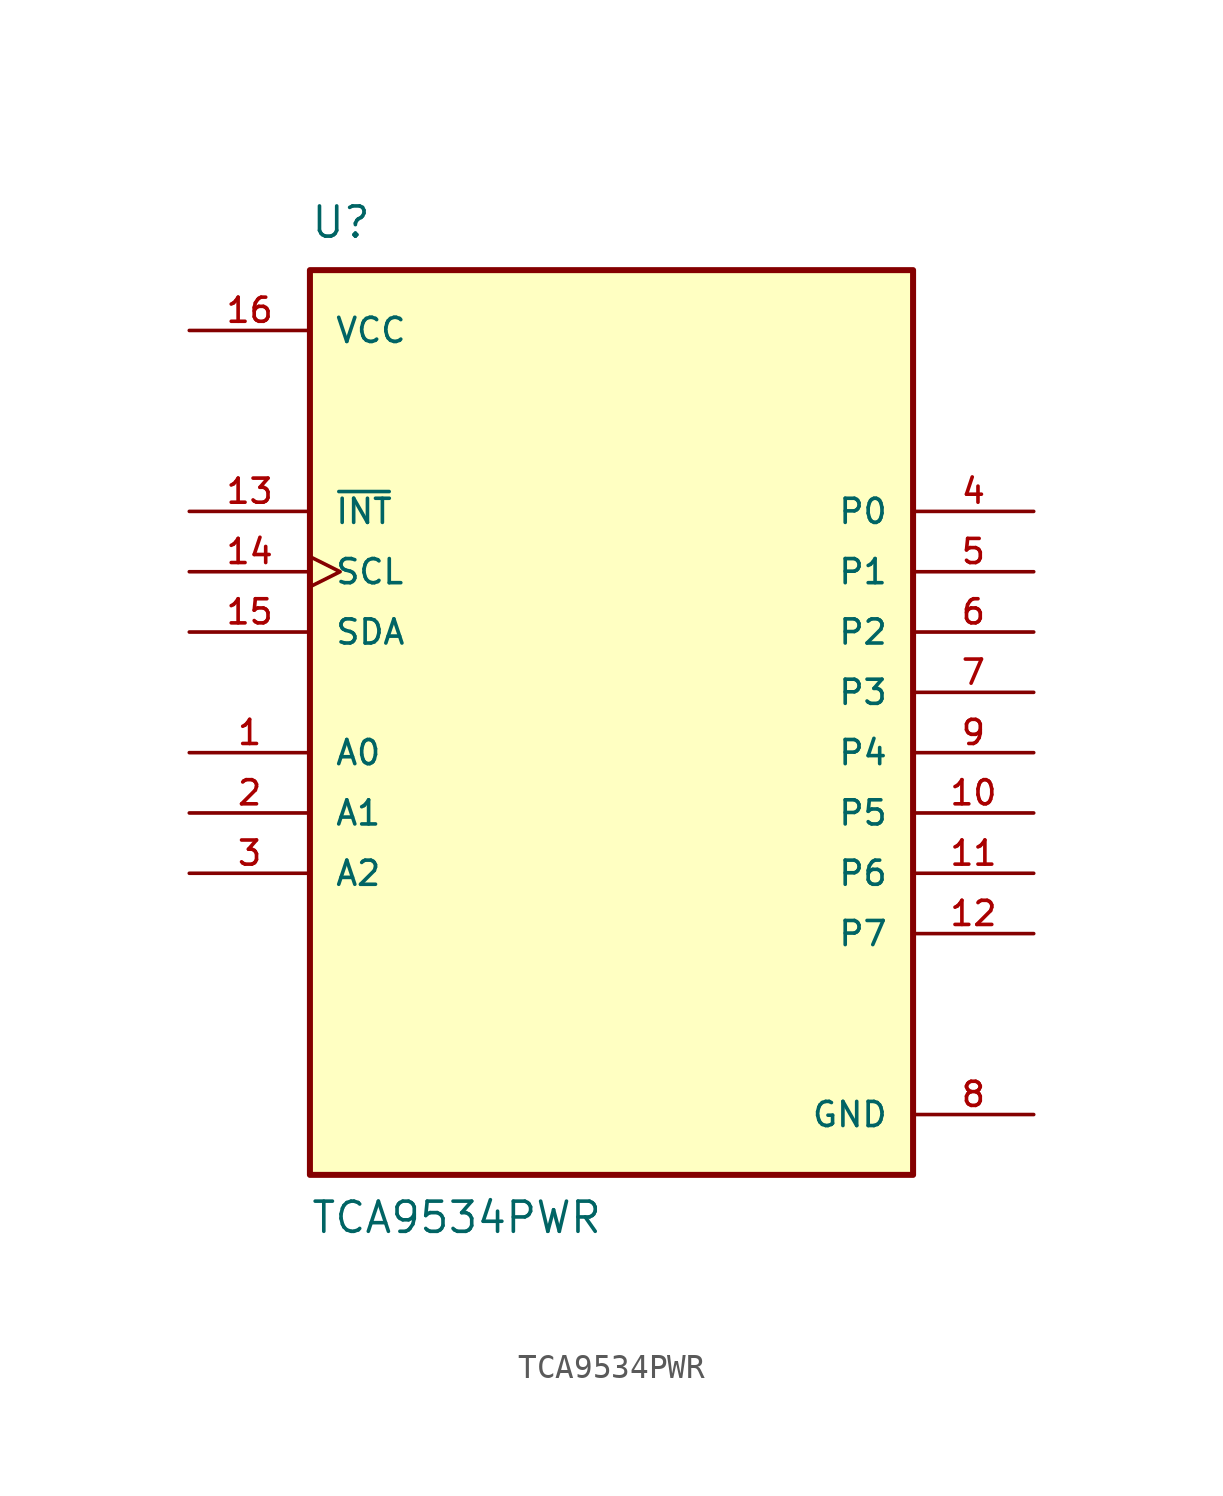
<source format=kicad_sym>
(kicad_symbol_lib
  (version 20231120)
  (generator "kicad_symbol_editor")
  (generator_version "8.0")
  (symbol "TCA9534PWR"
    (pin_names
      (offset 1.016))
    (property "Reference" "U"
      (at -12.7 19.05 0)
      (effects (font (size 1.27 1.27)) (justify left bottom)))
    (property "Value" "TCA9534PWR"
      (at -12.7 -22.86 0)
      (effects (font (size 1.27 1.27)) (justify left bottom)))
    (symbol "TCA9534PWR_0_0"
      (rectangle (start -12.7 -20.32) (end 12.7 17.78) (stroke (width 0.254) (type default)) (fill (type background)))
      (pin input line (at -17.78 -2.54 0) (length 5.08) (name "A0" (effects (font (size 1.016 1.016)))) (number "1" (effects (font (size 1.016 1.016)))))
      (pin bidirectional line (at 17.78 -5.08 180) (length 5.08) (name "P5" (effects (font (size 1.016 1.016)))) (number "10" (effects (font (size 1.016 1.016)))))
      (pin bidirectional line (at 17.78 -7.62 180) (length 5.08) (name "P6" (effects (font (size 1.016 1.016)))) (number "11" (effects (font (size 1.016 1.016)))))
      (pin bidirectional line (at 17.78 -10.16 180) (length 5.08) (name "P7" (effects (font (size 1.016 1.016)))) (number "12" (effects (font (size 1.016 1.016)))))
      (pin output line (at -17.78 7.62 0) (length 5.08) (name "~{INT}" (effects (font (size 1.016 1.016)))) (number "13" (effects (font (size 1.016 1.016)))))
      (pin bidirectional clock (at -17.78 5.08 0) (length 5.08) (name "SCL" (effects (font (size 1.016 1.016)))) (number "14" (effects (font (size 1.016 1.016)))))
      (pin bidirectional line (at -17.78 2.54 0) (length 5.08) (name "SDA" (effects (font (size 1.016 1.016)))) (number "15" (effects (font (size 1.016 1.016)))))
      (pin power_in line (at -17.78 15.24 0) (length 5.08) (name "VCC" (effects (font (size 1.016 1.016)))) (number "16" (effects (font (size 1.016 1.016)))))
      (pin input line (at -17.78 -5.08 0) (length 5.08) (name "A1" (effects (font (size 1.016 1.016)))) (number "2" (effects (font (size 1.016 1.016)))))
      (pin input line (at -17.78 -7.62 0) (length 5.08) (name "A2" (effects (font (size 1.016 1.016)))) (number "3" (effects (font (size 1.016 1.016)))))
      (pin bidirectional line (at 17.78 7.62 180) (length 5.08) (name "P0" (effects (font (size 1.016 1.016)))) (number "4" (effects (font (size 1.016 1.016)))))
      (pin bidirectional line (at 17.78 5.08 180) (length 5.08) (name "P1" (effects (font (size 1.016 1.016)))) (number "5" (effects (font (size 1.016 1.016)))))
      (pin bidirectional line (at 17.78 2.54 180) (length 5.08) (name "P2" (effects (font (size 1.016 1.016)))) (number "6" (effects (font (size 1.016 1.016)))))
      (pin bidirectional line (at 17.78 0 180) (length 5.08) (name "P3" (effects (font (size 1.016 1.016)))) (number "7" (effects (font (size 1.016 1.016)))))
      (pin power_in line (at 17.78 -17.78 180) (length 5.08) (name "GND" (effects (font (size 1.016 1.016)))) (number "8" (effects (font (size 1.016 1.016)))))
      (pin bidirectional line (at 17.78 -2.54 180) (length 5.08) (name "P4" (effects (font (size 1.016 1.016)))) (number "9" (effects (font (size 1.016 1.016))))))))
</source>
